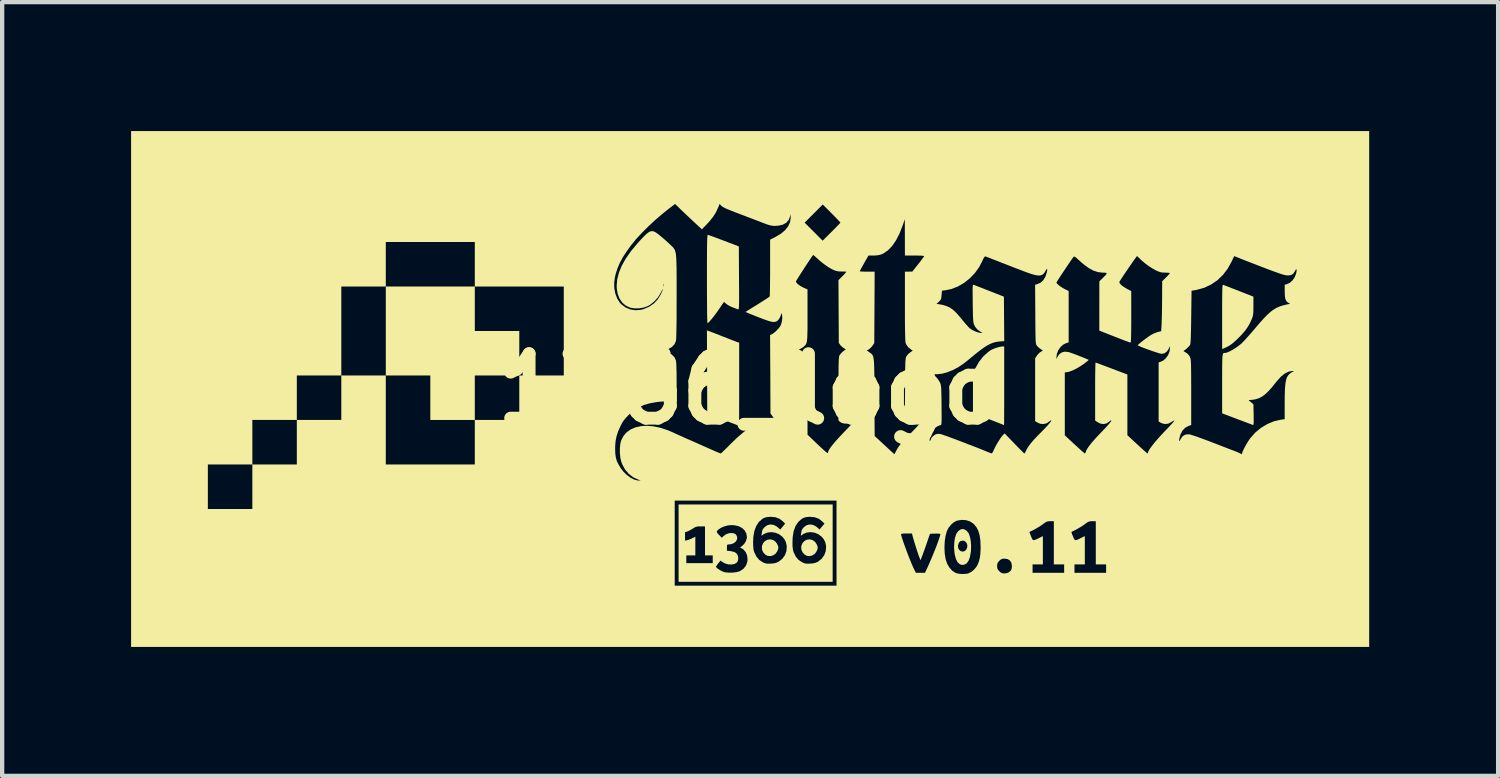
<source format=kicad_pcb>
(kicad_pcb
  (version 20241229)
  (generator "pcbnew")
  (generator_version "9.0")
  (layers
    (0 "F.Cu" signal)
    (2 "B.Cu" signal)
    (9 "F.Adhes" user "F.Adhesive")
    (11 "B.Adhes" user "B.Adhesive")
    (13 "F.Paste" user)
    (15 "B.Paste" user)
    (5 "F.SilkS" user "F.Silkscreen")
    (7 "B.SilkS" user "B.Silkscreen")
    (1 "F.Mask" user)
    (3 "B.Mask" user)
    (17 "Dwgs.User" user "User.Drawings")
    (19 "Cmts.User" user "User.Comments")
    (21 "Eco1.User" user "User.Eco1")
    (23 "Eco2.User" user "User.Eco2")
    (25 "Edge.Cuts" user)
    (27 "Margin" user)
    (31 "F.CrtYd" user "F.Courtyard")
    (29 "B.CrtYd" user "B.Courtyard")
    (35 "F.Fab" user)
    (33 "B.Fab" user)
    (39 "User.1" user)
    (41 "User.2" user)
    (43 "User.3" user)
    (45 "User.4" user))
  (footprint "1366_logo"
    (layer "F.Cu")
    (at 14.403 6.001)
    (property "Reference" "1366_logo" (at 0 0 0) (layer "F.SilkS") (effects (font (size 1.5 1.5) (thickness 0.3))))
    (attr board_only exclude_from_pos_files exclude_from_bom)
    (fp_poly (pts (xy 0.536 3.514) (xy 0.591 3.552) (xy 0.629 3.607) (xy 0.651 3.656) (xy 0.658 3.692) (xy 0.65 3.73) (xy 0.631 3.776) (xy 0.591 3.832) (xy 0.536 3.87) (xy 0.473 3.887) (xy 0.408 3.882) (xy 0.354 3.854) (xy 0.302 3.797) (xy 0.275 3.73) (xy 0.274 3.658) (xy 0.299 3.59) (xy 0.348 3.536) (xy 0.408 3.505) (xy 0.473 3.498)) (stroke (width 0) (type solid)) (fill yes) (layer "F.SilkS"))
    (fp_poly (pts (xy 1.451 3.514) (xy 1.507 3.552) (xy 1.545 3.607) (xy 1.566 3.656) (xy 1.573 3.692) (xy 1.565 3.73) (xy 1.546 3.776) (xy 1.507 3.832) (xy 1.451 3.87) (xy 1.388 3.887) (xy 1.324 3.882) (xy 1.269 3.854) (xy 1.218 3.797) (xy 1.19 3.73) (xy 1.189 3.658) (xy 1.215 3.59) (xy 1.263 3.536) (xy 1.323 3.505) (xy 1.388 3.498)) (stroke (width 0) (type solid)) (fill yes) (layer "F.SilkS"))
    (fp_poly (pts (xy -6.406 -1.868) (xy -6.406 -1.35) (xy -5.889 -1.35) (xy -5.371 -1.35) (xy -5.371 -0.833) (xy -5.371 -0.315) (xy -5.889 -0.315) (xy -6.406 -0.315) (xy -6.406 0.203) (xy -6.406 0.72) (xy -6.924 0.72) (xy -7.441 0.72) (xy -7.441 0.203) (xy -7.441 -0.315) (xy -7.959 -0.315) (xy -8.477 -0.315) (xy -8.477 -1.35) (xy -8.477 -2.385) (xy -7.441 -2.385) (xy -6.406 -2.385)) (stroke (width 0) (type solid)) (fill yes) (layer "F.SilkS"))
    (fp_poly (pts (xy -0.949 -1.344) (xy -0.918 -1.332) (xy -0.864 -1.312) (xy -0.793 -1.284) (xy -0.71 -1.252) (xy -0.62 -1.216) (xy -0.608 -1.212) (xy -0.519 -1.177) (xy -0.438 -1.145) (xy -0.37 -1.119) (xy -0.32 -1.1) (xy -0.291 -1.09) (xy -0.289 -1.089) (xy -0.255 -1.078) (xy -0.255 -0.112) (xy -0.255 0.056) (xy -0.255 0.214) (xy -0.256 0.36) (xy -0.256 0.492) (xy -0.256 0.608) (xy -0.257 0.704) (xy -0.257 0.779) (xy -0.258 0.829) (xy -0.259 0.853) (xy -0.259 0.855) (xy -0.273 0.849) (xy -0.312 0.835) (xy -0.371 0.812) (xy -0.448 0.783) (xy -0.537 0.749) (xy -0.63 0.714) (xy -0.998 0.574) (xy -1.002 -0.395) (xy -1.005 -1.364)) (stroke (width 0) (type solid)) (fill yes) (layer "F.SilkS"))
    (fp_poly (pts (xy 5.911 -0.075) (xy 5.911 0.088) (xy 5.911 0.241) (xy 5.911 0.382) (xy 5.91 0.51) (xy 5.91 0.62) (xy 5.909 0.71) (xy 5.909 0.779) (xy 5.908 0.823) (xy 5.907 0.839) (xy 5.907 0.839) (xy 5.893 0.834) (xy 5.856 0.819) (xy 5.804 0.798) (xy 5.754 0.778) (xy 5.681 0.75) (xy 5.592 0.715) (xy 5.496 0.677) (xy 5.404 0.642) (xy 5.394 0.638) (xy 5.184 0.558) (xy 5.184 0.095) (xy 5.184 -0.368) (xy 5.238 -0.48) (xy 5.325 -0.633) (xy 5.429 -0.764) (xy 5.549 -0.87) (xy 5.598 -0.904) (xy 5.645 -0.927) (xy 5.706 -0.951) (xy 5.772 -0.972) (xy 5.831 -0.986) (xy 5.866 -0.99) (xy 5.911 -0.99)) (stroke (width 0) (type solid)) (fill yes) (layer "F.SilkS"))
    (fp_poly (pts (xy 11.008 -2.423) (xy 11.032 -2.414) (xy 11.077 -2.396) (xy 11.138 -2.373) (xy 11.208 -2.345) (xy 11.222 -2.34) (xy 11.31 -2.306) (xy 11.406 -2.268) (xy 11.496 -2.233) (xy 11.56 -2.208) (xy 11.71 -2.149) (xy 11.709 -1.933) (xy 11.709 -1.846) (xy 11.707 -1.782) (xy 11.702 -1.734) (xy 11.695 -1.695) (xy 11.683 -1.658) (xy 11.67 -1.624) (xy 11.624 -1.524) (xy 11.573 -1.437) (xy 11.512 -1.352) (xy 11.434 -1.263) (xy 11.38 -1.206) (xy 11.296 -1.125) (xy 11.225 -1.063) (xy 11.159 -1.015) (xy 11.092 -0.978) (xy 11.038 -0.953) (xy 10.982 -0.93) (xy 10.982 -1.682) (xy 10.982 -1.851) (xy 10.982 -1.993) (xy 10.983 -2.11) (xy 10.984 -2.204) (xy 10.985 -2.278) (xy 10.986 -2.333) (xy 10.989 -2.373) (xy 10.991 -2.4) (xy 10.995 -2.415) (xy 11 -2.423) (xy 11.005 -2.424)) (stroke (width 0) (type solid)) (fill yes) (layer "F.SilkS"))
    (fp_poly (pts (xy 4.993 3.269) (xy 5.042 3.303) (xy 5.082 3.353) (xy 5.086 3.361) (xy 5.115 3.439) (xy 5.133 3.537) (xy 5.141 3.646) (xy 5.138 3.76) (xy 5.134 3.795) (xy 5.114 3.908) (xy 5.083 3.993) (xy 5.043 4.051) (xy 5.012 4.073) (xy 4.958 4.093) (xy 4.91 4.089) (xy 4.872 4.072) (xy 4.826 4.03) (xy 4.79 3.96) (xy 4.763 3.863) (xy 4.753 3.795) (xy 4.745 3.682) (xy 4.747 3.641) (xy 4.836 3.641) (xy 4.839 3.698) (xy 4.863 3.743) (xy 4.899 3.772) (xy 4.944 3.783) (xy 4.989 3.772) (xy 5.025 3.741) (xy 5.05 3.69) (xy 5.054 3.635) (xy 5.038 3.585) (xy 5.006 3.547) (xy 4.96 3.527) (xy 4.945 3.526) (xy 4.892 3.538) (xy 4.856 3.576) (xy 4.836 3.638) (xy 4.836 3.641) (xy 4.747 3.641) (xy 4.75 3.57) (xy 4.765 3.468) (xy 4.791 3.383) (xy 4.801 3.361) (xy 4.838 3.31) (xy 4.886 3.273) (xy 4.936 3.256) (xy 4.943 3.256)) (stroke (width 0) (type solid)) (fill yes) (layer "F.SilkS"))
    (fp_poly (pts (xy -0.966 -3.581) (xy -0.923 -3.566) (xy -0.86 -3.544) (xy -0.781 -3.515) (xy -0.691 -3.481) (xy -0.614 -3.452) (xy -0.263 -3.318) (xy -0.259 -2.58) (xy -0.258 -2.412) (xy -0.257 -2.272) (xy -0.257 -2.157) (xy -0.257 -2.064) (xy -0.258 -1.992) (xy -0.26 -1.938) (xy -0.262 -1.9) (xy -0.264 -1.874) (xy -0.268 -1.859) (xy -0.273 -1.852) (xy -0.278 -1.852) (xy -0.281 -1.853) (xy -0.308 -1.863) (xy -0.353 -1.88) (xy -0.407 -1.9) (xy -0.409 -1.901) (xy -0.468 -1.927) (xy -0.522 -1.957) (xy -0.557 -1.982) (xy -0.587 -2.009) (xy -0.605 -2.024) (xy -0.608 -2.025) (xy -0.617 -2.014) (xy -0.64 -1.982) (xy -0.672 -1.935) (xy -0.71 -1.879) (xy -0.76 -1.807) (xy -0.812 -1.735) (xy -0.864 -1.668) (xy -0.911 -1.61) (xy -0.951 -1.565) (xy -0.979 -1.537) (xy -0.991 -1.53) (xy -0.994 -1.545) (xy -0.996 -1.588) (xy -0.999 -1.658) (xy -1.001 -1.753) (xy -1.002 -1.872) (xy -1.003 -2.012) (xy -1.004 -2.173) (xy -1.005 -2.353) (xy -1.005 -2.55) (xy -1.005 -2.558) (xy -1.005 -2.763) (xy -1.005 -2.941) (xy -1.004 -3.092) (xy -1.004 -3.219) (xy -1.002 -3.323) (xy -1.001 -3.407) (xy -0.999 -3.472) (xy -0.997 -3.521) (xy -0.994 -3.554) (xy -0.991 -3.575) (xy -0.987 -3.584) (xy -0.985 -3.586)) (stroke (width 0) (type solid)) (fill yes) (layer "F.SilkS"))
    (fp_poly (pts (xy 1.92 3.586) (xy 1.92 4.486) (xy 0.128 4.486) (xy -1.665 4.486) (xy -1.665 4.137) (xy -0.795 4.137) (xy -0.783 4.155) (xy -0.751 4.182) (xy -0.707 4.211) (xy -0.659 4.238) (xy -0.62 4.255) (xy -0.56 4.268) (xy -0.484 4.273) (xy -0.401 4.271) (xy -0.321 4.261) (xy -0.255 4.245) (xy -0.233 4.235) (xy -0.151 4.178) (xy -0.095 4.105) (xy -0.065 4.019) (xy -0.06 3.959) (xy -0.071 3.87) (xy -0.104 3.793) (xy -0.154 3.735) (xy -0.18 3.717) (xy -0.236 3.685) (xy -0.189 3.654) (xy -0.139 3.605) (xy -0.113 3.563) (xy 0.069 3.563) (xy 0.071 3.648) (xy 0.076 3.712) (xy 0.086 3.763) (xy 0.1 3.805) (xy 0.149 3.902) (xy 0.211 3.975) (xy 0.289 4.028) (xy 0.29 4.029) (xy 0.335 4.049) (xy 0.375 4.061) (xy 0.421 4.064) (xy 0.482 4.062) (xy 0.553 4.056) (xy 0.606 4.043) (xy 0.655 4.022) (xy 0.666 4.015) (xy 0.749 3.95) (xy 0.809 3.867) (xy 0.844 3.772) (xy 0.852 3.668) (xy 0.851 3.651) (xy 0.832 3.564) (xy 0.832 3.563) (xy 0.985 3.563) (xy 0.986 3.648) (xy 0.992 3.712) (xy 1.001 3.763) (xy 1.016 3.805) (xy 1.064 3.902) (xy 1.126 3.975) (xy 1.204 4.028) (xy 1.205 4.029) (xy 1.25 4.049) (xy 1.29 4.061) (xy 1.336 4.064) (xy 1.397 4.062) (xy 1.468 4.056) (xy 1.522 4.043) (xy 1.57 4.022) (xy 1.581 4.015) (xy 1.664 3.95) (xy 1.724 3.867) (xy 1.759 3.772) (xy 1.767 3.668) (xy 1.766 3.651) (xy 1.748 3.564) (xy 1.71 3.49) (xy 1.662 3.435) (xy 1.587 3.378) (xy 1.501 3.343) (xy 1.409 3.33) (xy 1.32 3.339) (xy 1.238 3.372) (xy 1.198 3.401) (xy 1.184 3.411) (xy 1.179 3.404) (xy 1.183 3.374) (xy 1.186 3.358) (xy 1.194 3.316) (xy 1.199 3.287) (xy 1.2 3.282) (xy 1.209 3.266) (xy 1.232 3.236) (xy 1.246 3.219) (xy 1.305 3.173) (xy 1.374 3.152) (xy 1.447 3.157) (xy 1.519 3.188) (xy 1.559 3.218) (xy 1.615 3.269) (xy 1.672 3.201) (xy 1.729 3.133) (xy 1.68 3.083) (xy 1.6 3.02) (xy 1.506 2.984) (xy 1.397 2.973) (xy 1.37 2.974) (xy 1.301 2.981) (xy 1.251 2.995) (xy 1.206 3.017) (xy 1.201 3.021) (xy 1.119 3.093) (xy 1.056 3.188) (xy 1.013 3.306) (xy 0.99 3.446) (xy 0.985 3.563) (xy 0.832 3.563) (xy 0.795 3.49) (xy 0.747 3.435) (xy 0.672 3.378) (xy 0.585 3.343) (xy 0.494 3.33) (xy 0.405 3.339) (xy 0.323 3.372) (xy 0.283 3.401) (xy 0.269 3.411) (xy 0.264 3.404) (xy 0.268 3.374) (xy 0.271 3.358) (xy 0.279 3.316) (xy 0.284 3.287) (xy 0.284 3.282) (xy 0.294 3.266) (xy 0.317 3.236) (xy 0.331 3.219) (xy 0.39 3.173) (xy 0.459 3.152) (xy 0.532 3.157) (xy 0.604 3.188) (xy 0.643 3.218) (xy 0.7 3.269) (xy 0.757 3.201) (xy 0.814 3.133) (xy 0.765 3.083) (xy 0.685 3.02) (xy 0.591 2.984) (xy 0.482 2.973) (xy 0.455 2.974) (xy 0.386 2.981) (xy 0.335 2.995) (xy 0.291 3.017) (xy 0.285 3.021) (xy 0.203 3.093) (xy 0.141 3.188) (xy 0.098 3.306) (xy 0.074 3.446) (xy 0.069 3.563) (xy -0.113 3.563) (xy -0.099 3.541) (xy -0.077 3.472) (xy -0.075 3.446) (xy -0.088 3.362) (xy -0.127 3.29) (xy -0.189 3.232) (xy -0.27 3.191) (xy -0.37 3.169) (xy -0.432 3.166) (xy -0.514 3.173) (xy -0.598 3.195) (xy -0.674 3.227) (xy -0.735 3.266) (xy -0.771 3.304) (xy -0.776 3.323) (xy -0.767 3.345) (xy -0.74 3.378) (xy -0.723 3.396) (xy -0.658 3.461) (xy -0.617 3.42) (xy -0.563 3.381) (xy -0.501 3.358) (xy -0.436 3.349) (xy -0.378 3.358) (xy -0.333 3.383) (xy -0.323 3.395) (xy -0.301 3.448) (xy -0.305 3.5) (xy -0.332 3.547) (xy -0.379 3.586) (xy -0.44 3.61) (xy -0.496 3.616) (xy -0.522 3.618) (xy -0.535 3.628) (xy -0.54 3.655) (xy -0.54 3.689) (xy -0.54 3.762) (xy -0.466 3.77) (xy -0.411 3.78) (xy -0.362 3.796) (xy -0.347 3.802) (xy -0.305 3.839) (xy -0.281 3.892) (xy -0.275 3.951) (xy -0.289 4.007) (xy -0.316 4.044) (xy -0.366 4.071) (xy -0.433 4.083) (xy -0.506 4.08) (xy -0.578 4.061) (xy -0.639 4.028) (xy -0.639 4.028) (xy -0.688 3.991) (xy -0.742 4.056) (xy -0.771 4.095) (xy -0.79 4.125) (xy -0.795 4.137) (xy -1.665 4.137) (xy -1.665 3.586) (xy -1.665 3.528) (xy -1.515 3.528) (xy -1.467 3.518) (xy -1.424 3.505) (xy -1.371 3.484) (xy -1.347 3.472) (xy -1.275 3.437) (xy -1.275 3.654) (xy -1.275 3.871) (xy -1.38 3.871) (xy -1.485 3.871) (xy -1.485 3.961) (xy -1.485 4.051) (xy -1.178 4.051) (xy -0.87 4.051) (xy -0.87 3.961) (xy -0.87 3.871) (xy -0.96 3.871) (xy -1.05 3.871) (xy -1.05 3.533) (xy -1.05 3.196) (xy -1.154 3.196) (xy -1.213 3.197) (xy -1.255 3.205) (xy -1.294 3.222) (xy -1.333 3.247) (xy -1.385 3.278) (xy -1.435 3.304) (xy -1.462 3.316) (xy -1.515 3.333) (xy -1.515 3.431) (xy -1.515 3.528) (xy -1.665 3.528) (xy -1.665 2.686) (xy 0.128 2.686) (xy 1.92 2.686)) (stroke (width 0) (type solid)) (fill yes) (layer "F.SilkS"))
    (fp_poly (pts (xy 14.403 0) (xy 14.403 6.001) (xy 0 6.001) (xy -14.403 6.001) (xy -14.403 2.791) (xy -12.617 2.791) (xy -12.1 2.791) (xy -11.582 2.791) (xy -11.582 2.596) (xy -1.755 2.596) (xy -1.755 3.586) (xy -1.755 4.576) (xy 0.128 4.576) (xy 2.01 4.576) (xy 2.01 3.586) (xy 2.01 3.376) (xy 3.511 3.376) (xy 3.516 3.406) (xy 3.531 3.459) (xy 3.555 3.53) (xy 3.584 3.615) (xy 3.618 3.709) (xy 3.655 3.808) (xy 3.693 3.907) (xy 3.731 4.001) (xy 3.766 4.086) (xy 3.797 4.157) (xy 3.818 4.2) (xy 3.856 4.276) (xy 3.962 4.276) (xy 4.068 4.276) (xy 4.136 4.13) (xy 4.177 4.038) (xy 4.22 3.937) (xy 4.263 3.834) (xy 4.305 3.73) (xy 4.321 3.689) (xy 4.521 3.689) (xy 4.527 3.826) (xy 4.547 3.952) (xy 4.549 3.961) (xy 4.585 4.066) (xy 4.638 4.156) (xy 4.703 4.228) (xy 4.777 4.277) (xy 4.795 4.284) (xy 4.865 4.299) (xy 4.948 4.304) (xy 5.031 4.299) (xy 5.076 4.29) (xy 5.139 4.26) (xy 5.203 4.209) (xy 5.258 4.145) (xy 5.275 4.118) (xy 5.746 4.118) (xy 5.75 4.167) (xy 5.765 4.203) (xy 5.797 4.24) (xy 5.836 4.273) (xy 5.872 4.288) (xy 5.914 4.291) (xy 5.967 4.285) (xy 6.011 4.269) (xy 6.017 4.265) (xy 6.06 4.23) (xy 6.082 4.191) (xy 6.09 4.139) (xy 6.09 4.118) (xy 6.079 4.044) (xy 6.045 3.99) (xy 5.99 3.957) (xy 5.914 3.946) (xy 5.914 3.946) (xy 5.867 3.95) (xy 5.831 3.967) (xy 5.797 3.997) (xy 5.764 4.035) (xy 5.75 4.07) (xy 5.746 4.118) (xy 5.275 4.118) (xy 5.288 4.097) (xy 5.32 4.019) (xy 5.343 3.935) (xy 5.356 3.838) (xy 5.362 3.721) (xy 5.362 3.676) (xy 5.357 3.527) (xy 5.339 3.402) (xy 5.316 3.325) (xy 6.499 3.325) (xy 6.502 3.339) (xy 6.514 3.373) (xy 6.533 3.421) (xy 6.535 3.427) (xy 6.555 3.475) (xy 6.572 3.505) (xy 6.592 3.516) (xy 6.623 3.512) (xy 6.669 3.493) (xy 6.725 3.465) (xy 6.811 3.423) (xy 6.811 3.752) (xy 6.811 4.081) (xy 6.691 4.081) (xy 6.571 4.081) (xy 6.571 4.178) (xy 6.571 4.276) (xy 6.939 4.276) (xy 7.306 4.276) (xy 7.306 4.178) (xy 7.306 4.081) (xy 7.186 4.081) (xy 7.066 4.081) (xy 7.066 3.578) (xy 7.066 3.325) (xy 7.475 3.325) (xy 7.478 3.339) (xy 7.489 3.373) (xy 7.508 3.421) (xy 7.51 3.427) (xy 7.53 3.475) (xy 7.547 3.505) (xy 7.568 3.516) (xy 7.598 3.512) (xy 7.644 3.493) (xy 7.7 3.465) (xy 7.787 3.423) (xy 7.787 3.752) (xy 7.787 4.081) (xy 7.667 4.081) (xy 7.546 4.081) (xy 7.546 4.178) (xy 7.546 4.276) (xy 7.914 4.276) (xy 8.282 4.276) (xy 8.282 4.178) (xy 8.282 4.081) (xy 8.162 4.081) (xy 8.042 4.081) (xy 8.042 3.578) (xy 8.042 3.076) (xy 7.96 3.076) (xy 7.916 3.077) (xy 7.881 3.085) (xy 7.845 3.103) (xy 7.799 3.135) (xy 7.784 3.147) (xy 7.716 3.194) (xy 7.633 3.244) (xy 7.546 3.291) (xy 7.475 3.325) (xy 7.066 3.325) (xy 7.066 3.076) (xy 6.985 3.076) (xy 6.94 3.077) (xy 6.905 3.085) (xy 6.87 3.103) (xy 6.824 3.135) (xy 6.808 3.147) (xy 6.741 3.194) (xy 6.657 3.244) (xy 6.571 3.291) (xy 6.499 3.325) (xy 5.316 3.325) (xy 5.309 3.299) (xy 5.264 3.213) (xy 5.204 3.142) (xy 5.193 3.132) (xy 5.115 3.08) (xy 5.021 3.051) (xy 4.918 3.045) (xy 4.812 3.063) (xy 4.81 3.064) (xy 4.742 3.098) (xy 4.676 3.154) (xy 4.619 3.225) (xy 4.578 3.304) (xy 4.577 3.307) (xy 4.546 3.42) (xy 4.527 3.55) (xy 4.521 3.689) (xy 4.321 3.689) (xy 4.343 3.632) (xy 4.375 3.543) (xy 4.401 3.468) (xy 4.419 3.411) (xy 4.426 3.376) (xy 4.426 3.374) (xy 4.412 3.367) (xy 4.374 3.364) (xy 4.317 3.363) (xy 4.305 3.364) (xy 4.184 3.368) (xy 4.112 3.578) (xy 4.083 3.663) (xy 4.053 3.746) (xy 4.027 3.82) (xy 4.006 3.876) (xy 4.002 3.886) (xy 3.965 3.983) (xy 3.94 3.924) (xy 3.925 3.886) (xy 3.905 3.826) (xy 3.88 3.751) (xy 3.854 3.669) (xy 3.828 3.586) (xy 3.805 3.509) (xy 3.787 3.446) (xy 3.781 3.424) (xy 3.765 3.361) (xy 3.638 3.361) (xy 3.572 3.362) (xy 3.529 3.367) (xy 3.511 3.375) (xy 3.511 3.376) (xy 2.01 3.376) (xy 2.01 2.596) (xy 0.128 2.596) (xy -1.755 2.596) (xy -11.582 2.596) (xy -11.582 2.273) (xy -11.582 1.755) (xy -11.065 1.755) (xy -10.547 1.755) (xy -10.547 1.238) (xy -10.547 0.72) (xy -10.029 0.72) (xy -9.512 0.72) (xy -9.512 0.203) (xy -9.512 -0.315) (xy -8.994 -0.315) (xy -8.477 -0.315) (xy -8.477 0.72) (xy -8.477 1.755) (xy -7.441 1.755) (xy -6.406 1.755) (xy -6.406 1.238) (xy -6.406 0.72) (xy -5.889 0.72) (xy -5.371 0.72) (xy -5.371 0.203) (xy -5.371 -0.315) (xy -4.853 -0.315) (xy -4.336 -0.315) (xy -4.336 -1.35) (xy -4.336 -2.385) (xy -5.371 -2.385) (xy -6.406 -2.385) (xy -6.406 -2.479) (xy -3.163 -2.479) (xy -3.161 -2.347) (xy -3.137 -2.221) (xy -3.094 -2.107) (xy -3.033 -2.01) (xy -2.99 -1.965) (xy -2.893 -1.894) (xy -2.783 -1.85) (xy -2.665 -1.832) (xy -2.545 -1.842) (xy -2.475 -1.86) (xy -2.345 -1.917) (xy -2.236 -1.993) (xy -2.146 -2.09) (xy -2.074 -2.211) (xy -2.04 -2.289) (xy -2.03 -2.319) (xy -2.032 -2.325) (xy -2.043 -2.309) (xy -2.063 -2.273) (xy -2.084 -2.232) (xy -2.144 -2.134) (xy -2.226 -2.042) (xy -2.321 -1.965) (xy -2.378 -1.931) (xy -2.47 -1.897) (xy -2.576 -1.878) (xy -2.684 -1.876) (xy -2.782 -1.891) (xy -2.802 -1.897) (xy -2.898 -1.944) (xy -2.978 -2.014) (xy -3.04 -2.106) (xy -3.082 -2.216) (xy -3.103 -2.342) (xy -3.105 -2.398) (xy -3.104 -2.415) (xy -2.022 -2.415) (xy -2.02 -2.388) (xy -2.016 -2.385) (xy -2.015 -2.389) (xy -2.013 -2.427) (xy -2.015 -2.442) (xy -2.019 -2.446) (xy -2.022 -2.426) (xy -2.022 -2.415) (xy -3.104 -2.415) (xy -3.093 -2.551) (xy -3.053 -2.707) (xy -2.987 -2.868) (xy -2.894 -3.034) (xy -2.773 -3.207) (xy -2.623 -3.387) (xy -2.581 -3.434) (xy -2.497 -3.524) (xy -2.43 -3.592) (xy -2.374 -3.639) (xy -2.326 -3.666) (xy -2.282 -3.674) (xy -2.237 -3.665) (xy -2.187 -3.638) (xy -2.13 -3.596) (xy -2.077 -3.552) (xy -2.01 -3.496) (xy -1.943 -3.437) (xy -1.883 -3.382) (xy -1.843 -3.345) (xy -1.818 -3.32) (xy -1.796 -3.298) (xy -1.777 -3.275) (xy -1.761 -3.251) (xy -1.748 -3.223) (xy -1.738 -3.187) (xy -1.729 -3.143) (xy -1.723 -3.088) (xy -1.718 -3.019) (xy -1.715 -2.935) (xy -1.712 -2.832) (xy -1.711 -2.709) (xy -1.71 -2.564) (xy -1.71 -2.393) (xy -1.71 -2.196) (xy -1.71 -2.142) (xy -1.711 -1.921) (xy -1.711 -1.728) (xy -1.712 -1.564) (xy -1.714 -1.427) (xy -1.716 -1.315) (xy -1.719 -1.229) (xy -1.722 -1.167) (xy -1.725 -1.127) (xy -1.728 -1.115) (xy -1.762 -1.038) (xy -1.822 -0.976) (xy -1.906 -0.929) (xy -1.921 -0.924) (xy -2.002 -0.895) (xy -1.912 -0.855) (xy -1.823 -0.802) (xy -1.76 -0.738) (xy -1.726 -0.663) (xy -1.722 -0.633) (xy -1.718 -0.575) (xy -1.715 -0.495) (xy -1.712 -0.395) (xy -1.711 -0.279) (xy -1.71 -0.153) (xy -1.71 0.303) (xy -1.872 0.293) (xy -2.003 0.289) (xy -2.129 0.298) (xy -2.193 0.307) (xy -2.349 0.336) (xy -2.482 0.376) (xy -2.599 0.43) (xy -2.706 0.499) (xy -2.81 0.588) (xy -2.83 0.607) (xy -2.891 0.67) (xy -2.936 0.724) (xy -2.973 0.78) (xy -3.009 0.848) (xy -3.02 0.87) (xy -3.073 0.99) (xy -3.108 1.099) (xy -3.13 1.207) (xy -3.14 1.325) (xy -3.141 1.395) (xy -3.137 1.506) (xy -3.124 1.597) (xy -3.1 1.679) (xy -3.06 1.761) (xy -3.007 1.847) (xy -2.941 1.931) (xy -2.864 2.004) (xy -2.782 2.064) (xy -2.699 2.107) (xy -2.622 2.127) (xy -2.596 2.129) (xy -2.543 2.128) (xy -2.596 2.111) (xy -2.718 2.054) (xy -2.824 1.974) (xy -2.911 1.872) (xy -2.977 1.75) (xy -3.001 1.683) (xy -3.02 1.595) (xy -3.03 1.494) (xy -3.031 1.39) (xy -3.023 1.292) (xy -3.005 1.21) (xy -3 1.196) (xy -2.946 1.091) (xy -2.871 1.005) (xy -2.776 0.938) (xy -2.663 0.891) (xy -2.536 0.863) (xy -2.395 0.856) (xy -2.244 0.869) (xy -2.084 0.903) (xy -1.918 0.958) (xy -1.805 1.006) (xy -1.752 1.031) (xy -1.677 1.065) (xy -1.587 1.105) (xy -1.489 1.149) (xy -1.387 1.194) (xy -1.35 1.21) (xy -1.246 1.256) (xy -1.14 1.303) (xy -1.039 1.348) (xy -0.949 1.388) (xy -0.878 1.419) (xy -0.861 1.427) (xy -0.796 1.455) (xy -0.741 1.478) (xy -0.702 1.494) (xy -0.684 1.5) (xy -0.684 1.5) (xy -0.671 1.49) (xy -0.64 1.462) (xy -0.595 1.418) (xy -0.538 1.363) (xy -0.474 1.299) (xy -0.461 1.285) (xy -0.297 1.127) (xy -0.143 0.996) (xy 0.002 0.891) (xy 0.139 0.81) (xy 0.271 0.753) (xy 0.399 0.72) (xy 0.463 0.711) (xy 0.567 0.701) (xy 0.52 0.634) (xy 0.473 0.568) (xy 0.469 -0.344) (xy 0.464 -1.255) (xy 0.502 -1.272) (xy 0.549 -1.302) (xy 0.603 -1.348) (xy 0.655 -1.402) (xy 0.696 -1.455) (xy 0.708 -1.476) (xy 0.729 -1.533) (xy 0.743 -1.602) (xy 0.748 -1.67) (xy 0.742 -1.725) (xy 0.737 -1.74) (xy 0.726 -1.764) (xy 0.722 -1.76) (xy 0.721 -1.749) (xy 0.711 -1.704) (xy 0.687 -1.654) (xy 0.657 -1.609) (xy 0.626 -1.58) (xy 0.622 -1.578) (xy 0.596 -1.567) (xy 0.569 -1.561) (xy 0.539 -1.56) (xy 0.501 -1.565) (xy 0.453 -1.577) (xy 0.391 -1.597) (xy 0.312 -1.625) (xy 0.213 -1.663) (xy 0.091 -1.711) (xy 0.049 -1.728) (xy -0.013 -1.753) (xy -0.063 -1.773) (xy -0.095 -1.788) (xy -0.105 -1.793) (xy -0.093 -1.802) (xy -0.059 -1.824) (xy -0.006 -1.857) (xy 0.06 -1.899) (xy 0.138 -1.947) (xy 0.169 -1.966) (xy 0.25 -2.017) (xy 0.323 -2.063) (xy 0.384 -2.102) (xy 0.427 -2.131) (xy 0.451 -2.149) (xy 0.454 -2.151) (xy 0.456 -2.169) (xy 0.458 -2.214) (xy 0.46 -2.283) (xy 0.462 -2.372) (xy 0.463 -2.479) (xy 0.463 -2.5) (xy 1.065 -2.5) (xy 1.078 -2.472) (xy 1.113 -2.438) (xy 1.163 -2.401) (xy 1.223 -2.367) (xy 1.249 -2.355) (xy 1.335 -2.318) (xy 1.335 -1.721) (xy 1.335 -1.564) (xy 1.335 -1.433) (xy 1.333 -1.327) (xy 1.331 -1.242) (xy 1.328 -1.175) (xy 1.322 -1.124) (xy 1.315 -1.085) (xy 1.306 -1.056) (xy 1.293 -1.033) (xy 1.278 -1.014) (xy 1.259 -0.996) (xy 1.254 -0.991) (xy 1.214 -0.96) (xy 1.175 -0.938) (xy 1.174 -0.937) (xy 1.134 -0.921) (xy 1.201 -0.884) (xy 1.263 -0.838) (xy 1.302 -0.781) (xy 1.335 -0.714) (xy 1.335 0.174) (xy 1.335 1.063) (xy 1.563 1.281) (xy 1.631 1.345) (xy 1.692 1.401) (xy 1.743 1.446) (xy 1.78 1.477) (xy 1.801 1.491) (xy 1.803 1.491) (xy 1.815 1.471) (xy 1.815 1.464) (xy 1.826 1.43) (xy 1.858 1.378) (xy 1.909 1.31) (xy 1.977 1.227) (xy 2.062 1.133) (xy 2.16 1.028) (xy 2.184 1.004) (xy 2.253 0.932) (xy 2.315 0.867) (xy 2.367 0.811) (xy 2.405 0.769) (xy 2.427 0.742) (xy 2.43 0.736) (xy 2.422 0.721) (xy 2.401 0.729) (xy 2.378 0.75) (xy 2.328 0.785) (xy 2.264 0.804) (xy 2.194 0.805) (xy 2.131 0.789) (xy 2.091 0.764) (xy 2.055 0.73) (xy 2.055 -0.003) (xy 2.056 -0.176) (xy 2.056 -0.32) (xy 2.057 -0.44) (xy 2.058 -0.537) (xy 2.06 -0.613) (xy 2.062 -0.672) (xy 2.065 -0.716) (xy 2.069 -0.747) (xy 2.073 -0.768) (xy 2.077 -0.779) (xy 2.101 -0.813) (xy 2.136 -0.852) (xy 2.175 -0.886) (xy 2.208 -0.91) (xy 2.225 -0.916) (xy 2.224 -0.922) (xy 2.203 -0.937) (xy 2.188 -0.946) (xy 2.142 -0.978) (xy 2.102 -1.018) (xy 2.098 -1.024) (xy 2.063 -1.073) (xy 2.059 -1.802) (xy 2.055 -2.532) (xy 2.145 -2.623) (xy 2.186 -2.665) (xy 2.217 -2.7) (xy 2.234 -2.722) (xy 2.235 -2.726) (xy 2.222 -2.731) (xy 2.187 -2.734) (xy 2.146 -2.733) (xy 2.051 -2.737) (xy 2.038 -2.74) (xy 2.551 -2.74) (xy 2.565 -2.736) (xy 2.603 -2.733) (xy 2.659 -2.731) (xy 2.724 -2.731) (xy 2.897 -2.731) (xy 2.893 -1.901) (xy 2.888 -1.07) (xy 2.847 -1.008) (xy 2.812 -0.966) (xy 2.774 -0.931) (xy 2.76 -0.922) (xy 2.714 -0.898) (xy 2.774 -0.855) (xy 2.797 -0.838) (xy 2.816 -0.824) (xy 2.833 -0.809) (xy 2.847 -0.791) (xy 2.858 -0.767) (xy 2.867 -0.736) (xy 2.874 -0.695) (xy 2.88 -0.642) (xy 2.884 -0.574) (xy 2.887 -0.49) (xy 2.889 -0.386) (xy 2.89 -0.26) (xy 2.891 -0.111) (xy 2.892 0.065) (xy 2.892 0.19) (xy 2.897 1.093) (xy 3.125 1.304) (xy 3.193 1.367) (xy 3.253 1.423) (xy 3.302 1.468) (xy 3.337 1.5) (xy 3.354 1.514) (xy 3.355 1.515) (xy 3.363 1.503) (xy 3.38 1.472) (xy 3.399 1.437) (xy 3.423 1.392) (xy 3.449 1.35) (xy 3.48 1.307) (xy 3.519 1.26) (xy 3.569 1.204) (xy 3.581 1.191) (xy 4.175 1.191) (xy 4.179 1.208) (xy 4.185 1.208) (xy 4.2 1.186) (xy 4.201 1.178) (xy 4.213 1.146) (xy 4.243 1.109) (xy 4.282 1.075) (xy 4.323 1.052) (xy 4.327 1.051) (xy 4.368 1.043) (xy 4.415 1.046) (xy 4.457 1.056) (xy 4.493 1.068) (xy 4.552 1.088) (xy 4.631 1.117) (xy 4.724 1.152) (xy 4.829 1.191) (xy 4.94 1.233) (xy 5.054 1.277) (xy 5.166 1.32) (xy 5.272 1.361) (xy 5.367 1.399) (xy 5.448 1.432) (xy 5.461 1.438) (xy 5.522 1.462) (xy 5.574 1.483) (xy 5.609 1.495) (xy 5.62 1.498) (xy 5.633 1.487) (xy 5.653 1.454) (xy 5.671 1.414) (xy 5.699 1.354) (xy 5.737 1.284) (xy 5.781 1.212) (xy 5.824 1.145) (xy 5.863 1.093) (xy 5.886 1.068) (xy 5.922 1.034) (xy 6.147 1.267) (xy 6.214 1.336) (xy 6.273 1.396) (xy 6.323 1.446) (xy 6.359 1.481) (xy 6.379 1.499) (xy 6.381 1.5) (xy 6.392 1.488) (xy 6.409 1.456) (xy 6.42 1.433) (xy 6.457 1.364) (xy 6.513 1.285) (xy 6.588 1.194) (xy 6.686 1.09) (xy 6.751 1.024) (xy 6.847 0.927) (xy 6.921 0.848) (xy 6.971 0.789) (xy 7 0.749) (xy 7.006 0.73) (xy 6.997 0.728) (xy 6.975 0.744) (xy 6.972 0.747) (xy 6.901 0.796) (xy 6.824 0.816) (xy 6.745 0.807) (xy 6.68 0.777) (xy 6.631 0.748) (xy 6.631 0.018) (xy 6.631 -0.713) (xy 6.667 -0.771) (xy 6.702 -0.816) (xy 6.746 -0.856) (xy 6.757 -0.862) (xy 6.811 -0.895) (xy 6.756 -0.931) (xy 6.713 -0.965) (xy 6.676 -1.003) (xy 6.67 -1.01) (xy 6.663 -1.021) (xy 6.657 -1.033) (xy 6.652 -1.05) (xy 6.647 -1.074) (xy 6.644 -1.108) (xy 6.642 -1.155) (xy 6.64 -1.217) (xy 6.638 -1.297) (xy 6.637 -1.398) (xy 6.636 -1.522) (xy 6.635 -1.672) (xy 6.635 -1.74) (xy 6.63 -2.427) (xy 6.672 -2.437) (xy 6.754 -2.472) (xy 6.76 -2.477) (xy 7.126 -2.477) (xy 7.139 -2.455) (xy 7.171 -2.424) (xy 7.216 -2.388) (xy 7.269 -2.353) (xy 7.318 -2.326) (xy 7.411 -2.28) (xy 7.411 -1.682) (xy 7.411 -1.085) (xy 7.351 -1.067) (xy 7.281 -1.031) (xy 7.219 -0.974) (xy 7.169 -0.9) (xy 7.137 -0.819) (xy 7.127 -0.744) (xy 7.128 -0.698) (xy 7.148 -0.743) (xy 7.191 -0.809) (xy 7.25 -0.851) (xy 7.324 -0.869) (xy 7.408 -0.86) (xy 7.428 -0.854) (xy 7.476 -0.837) (xy 7.538 -0.815) (xy 7.607 -0.789) (xy 7.678 -0.761) (xy 7.746 -0.734) (xy 7.805 -0.71) (xy 7.849 -0.691) (xy 7.873 -0.679) (xy 7.876 -0.676) (xy 7.865 -0.664) (xy 7.835 -0.639) (xy 7.791 -0.605) (xy 7.768 -0.587) (xy 7.683 -0.529) (xy 7.594 -0.477) (xy 7.507 -0.435) (xy 7.43 -0.405) (xy 7.382 -0.394) (xy 7.321 -0.386) (xy 7.321 0.345) (xy 7.321 1.077) (xy 7.549 1.289) (xy 7.618 1.352) (xy 7.679 1.408) (xy 7.73 1.453) (xy 7.767 1.485) (xy 7.786 1.5) (xy 7.787 1.5) (xy 7.799 1.488) (xy 7.807 1.466) (xy 7.83 1.411) (xy 7.878 1.338) (xy 7.948 1.248) (xy 8.041 1.142) (xy 8.156 1.02) (xy 8.169 1.006) (xy 8.237 0.936) (xy 8.297 0.871) (xy 8.346 0.816) (xy 8.381 0.773) (xy 8.4 0.747) (xy 8.402 0.741) (xy 8.398 0.727) (xy 8.385 0.732) (xy 8.359 0.755) (xy 8.293 0.8) (xy 8.221 0.816) (xy 8.145 0.804) (xy 8.072 0.765) (xy 8.027 0.733) (xy 8.027 0.059) (xy 8.027 -0.08) (xy 8.027 -0.209) (xy 8.028 -0.326) (xy 8.03 -0.427) (xy 8.031 -0.509) (xy 8.033 -0.57) (xy 8.035 -0.606) (xy 8.037 -0.615) (xy 8.053 -0.61) (xy 8.094 -0.596) (xy 8.155 -0.573) (xy 8.232 -0.544) (xy 8.322 -0.51) (xy 8.412 -0.476) (xy 8.777 -0.338) (xy 8.777 0.369) (xy 8.777 1.075) (xy 9.003 1.284) (xy 9.071 1.347) (xy 9.133 1.403) (xy 9.184 1.449) (xy 9.221 1.481) (xy 9.241 1.497) (xy 9.243 1.498) (xy 9.255 1.491) (xy 9.257 1.481) (xy 9.267 1.447) (xy 9.297 1.395) (xy 9.345 1.329) (xy 9.407 1.249) (xy 9.449 1.2) (xy 9.98 1.2) (xy 9.985 1.212) (xy 9.999 1.197) (xy 10.022 1.156) (xy 10.066 1.095) (xy 10.126 1.061) (xy 10.2 1.053) (xy 10.216 1.055) (xy 10.248 1.062) (xy 10.304 1.08) (xy 10.379 1.104) (xy 10.467 1.136) (xy 10.566 1.172) (xy 10.66 1.207) (xy 10.771 1.25) (xy 10.885 1.294) (xy 10.994 1.336) (xy 11.092 1.374) (xy 11.173 1.405) (xy 11.215 1.421) (xy 11.284 1.447) (xy 11.343 1.472) (xy 11.386 1.49) (xy 11.408 1.502) (xy 11.409 1.502) (xy 11.433 1.515) (xy 11.446 1.504) (xy 11.447 1.496) (xy 11.455 1.465) (xy 11.476 1.416) (xy 11.507 1.354) (xy 11.544 1.287) (xy 11.584 1.221) (xy 11.624 1.161) (xy 11.636 1.145) (xy 11.751 1.015) (xy 11.885 0.904) (xy 12.033 0.815) (xy 12.19 0.75) (xy 12.353 0.713) (xy 12.359 0.713) (xy 12.437 0.702) (xy 12.437 0.314) (xy 12.438 0.158) (xy 12.442 0.029) (xy 12.449 -0.076) (xy 12.459 -0.161) (xy 12.474 -0.228) (xy 12.495 -0.281) (xy 12.521 -0.322) (xy 12.554 -0.356) (xy 12.595 -0.384) (xy 12.655 -0.42) (xy 12.61 -0.419) (xy 12.525 -0.403) (xy 12.439 -0.36) (xy 12.349 -0.287) (xy 12.257 -0.186) (xy 12.232 -0.155) (xy 12.138 -0.037) (xy 12.054 0.056) (xy 11.977 0.128) (xy 11.903 0.181) (xy 11.83 0.217) (xy 11.754 0.24) (xy 11.691 0.25) (xy 11.597 0.259) (xy 11.654 0.308) (xy 11.71 0.357) (xy 11.715 0.6) (xy 11.716 0.693) (xy 11.716 0.76) (xy 11.714 0.803) (xy 11.71 0.828) (xy 11.704 0.837) (xy 11.7 0.837) (xy 11.681 0.83) (xy 11.638 0.813) (xy 11.575 0.79) (xy 11.496 0.76) (xy 11.405 0.726) (xy 11.331 0.698) (xy 10.982 0.566) (xy 10.982 -0.128) (xy 10.982 -0.293) (xy 10.982 -0.43) (xy 10.983 -0.542) (xy 10.984 -0.632) (xy 10.986 -0.701) (xy 10.989 -0.754) (xy 10.994 -0.791) (xy 11 -0.816) (xy 11.008 -0.83) (xy 11.019 -0.838) (xy 11.032 -0.84) (xy 11.047 -0.84) (xy 11.057 -0.84) (xy 11.095 -0.849) (xy 11.15 -0.873) (xy 11.216 -0.907) (xy 11.286 -0.95) (xy 11.353 -0.996) (xy 11.411 -1.042) (xy 11.424 -1.053) (xy 11.464 -1.092) (xy 11.519 -1.15) (xy 11.583 -1.221) (xy 11.654 -1.301) (xy 11.725 -1.384) (xy 11.751 -1.414) (xy 11.857 -1.538) (xy 11.949 -1.642) (xy 12.031 -1.726) (xy 12.105 -1.793) (xy 12.176 -1.846) (xy 12.246 -1.888) (xy 12.319 -1.92) (xy 12.4 -1.946) (xy 12.49 -1.968) (xy 12.527 -1.975) (xy 12.565 -1.983) (xy 12.53 -2.001) (xy 12.492 -2.028) (xy 12.465 -2.064) (xy 12.448 -2.114) (xy 12.44 -2.184) (xy 12.438 -2.268) (xy 12.437 -2.427) (xy 12.479 -2.437) (xy 12.554 -2.47) (xy 12.619 -2.527) (xy 12.671 -2.603) (xy 12.705 -2.693) (xy 12.713 -2.734) (xy 12.715 -2.775) (xy 12.708 -2.788) (xy 12.692 -2.773) (xy 12.673 -2.739) (xy 12.638 -2.685) (xy 12.592 -2.654) (xy 12.53 -2.642) (xy 12.486 -2.644) (xy 12.453 -2.649) (xy 12.407 -2.66) (xy 12.345 -2.679) (xy 12.265 -2.707) (xy 12.164 -2.743) (xy 12.041 -2.789) (xy 11.893 -2.846) (xy 11.882 -2.85) (xy 11.763 -2.896) (xy 11.65 -2.94) (xy 11.548 -2.979) (xy 11.46 -3.014) (xy 11.389 -3.042) (xy 11.34 -3.062) (xy 11.315 -3.072) (xy 11.282 -3.085) (xy 11.262 -3.089) (xy 11.261 -3.089) (xy 11.253 -3.073) (xy 11.235 -3.037) (xy 11.212 -2.987) (xy 11.202 -2.965) (xy 11.111 -2.8) (xy 11 -2.655) (xy 10.872 -2.531) (xy 10.727 -2.432) (xy 10.569 -2.357) (xy 10.399 -2.309) (xy 10.375 -2.304) (xy 10.27 -2.286) (xy 10.262 -1.672) (xy 10.26 -1.503) (xy 10.257 -1.362) (xy 10.254 -1.248) (xy 10.251 -1.16) (xy 10.247 -1.095) (xy 10.242 -1.051) (xy 10.237 -1.028) (xy 10.236 -1.026) (xy 10.212 -0.995) (xy 10.174 -0.957) (xy 10.133 -0.921) (xy 10.099 -0.897) (xy 10.095 -0.894) (xy 10.084 -0.883) (xy 10.089 -0.878) (xy 10.163 -0.833) (xy 10.212 -0.783) (xy 10.233 -0.746) (xy 10.239 -0.73) (xy 10.244 -0.713) (xy 10.249 -0.69) (xy 10.253 -0.661) (xy 10.255 -0.621) (xy 10.258 -0.569) (xy 10.259 -0.501) (xy 10.26 -0.416) (xy 10.261 -0.31) (xy 10.261 -0.18) (xy 10.262 -0.025) (xy 10.262 0.078) (xy 10.262 0.838) (xy 10.208 0.856) (xy 10.127 0.898) (xy 10.062 0.964) (xy 10.014 1.051) (xy 9.985 1.158) (xy 9.985 1.159) (xy 9.98 1.2) (xy 9.449 1.2) (xy 9.483 1.161) (xy 9.569 1.066) (xy 9.637 0.993) (xy 9.705 0.923) (xy 9.765 0.859) (xy 9.815 0.805) (xy 9.85 0.764) (xy 9.869 0.739) (xy 9.872 0.735) (xy 9.861 0.734) (xy 9.833 0.748) (xy 9.804 0.767) (xy 9.729 0.806) (xy 9.651 0.815) (xy 9.576 0.796) (xy 9.555 0.786) (xy 9.504 0.756) (xy 9.504 0.068) (xy 9.504 -0.62) (xy 9.547 -0.632) (xy 9.614 -0.664) (xy 9.675 -0.719) (xy 9.724 -0.789) (xy 9.756 -0.867) (xy 9.766 -0.938) (xy 9.766 -0.998) (xy 9.738 -0.935) (xy 9.695 -0.871) (xy 9.639 -0.831) (xy 9.573 -0.819) (xy 9.546 -0.824) (xy 9.499 -0.837) (xy 9.437 -0.857) (xy 9.364 -0.881) (xy 9.288 -0.908) (xy 9.212 -0.936) (xy 9.142 -0.962) (xy 9.083 -0.986) (xy 9.04 -1.005) (xy 9.019 -1.017) (xy 9.018 -1.019) (xy 9.03 -1.033) (xy 9.061 -1.061) (xy 9.106 -1.097) (xy 9.159 -1.139) (xy 9.215 -1.18) (xy 9.268 -1.219) (xy 9.313 -1.249) (xy 9.33 -1.259) (xy 9.389 -1.29) (xy 9.453 -1.316) (xy 9.488 -1.327) (xy 9.564 -1.346) (xy 9.574 -1.524) (xy 9.576 -1.59) (xy 9.579 -1.679) (xy 9.581 -1.785) (xy 9.583 -1.901) (xy 9.584 -2.021) (xy 9.585 -2.105) (xy 9.587 -2.508) (xy 9.677 -2.597) (xy 9.718 -2.638) (xy 9.749 -2.673) (xy 9.766 -2.694) (xy 9.767 -2.697) (xy 9.753 -2.702) (xy 9.717 -2.706) (xy 9.665 -2.708) (xy 9.658 -2.708) (xy 9.597 -2.71) (xy 9.547 -2.718) (xy 9.497 -2.735) (xy 9.437 -2.762) (xy 9.358 -2.806) (xy 9.269 -2.864) (xy 9.18 -2.931) (xy 9.101 -2.999) (xy 9.055 -3.044) (xy 9.026 -3.073) (xy 9.004 -3.089) (xy 8.999 -3.091) (xy 8.989 -3.079) (xy 8.965 -3.046) (xy 8.929 -2.997) (xy 8.886 -2.935) (xy 8.837 -2.864) (xy 8.786 -2.789) (xy 8.735 -2.714) (xy 8.687 -2.643) (xy 8.645 -2.579) (xy 8.612 -2.528) (xy 8.592 -2.496) (xy 8.593 -2.47) (xy 8.618 -2.436) (xy 8.662 -2.397) (xy 8.722 -2.357) (xy 8.761 -2.334) (xy 8.867 -2.279) (xy 8.867 -1.68) (xy 8.867 -1.524) (xy 8.866 -1.396) (xy 8.865 -1.293) (xy 8.863 -1.213) (xy 8.861 -1.155) (xy 8.858 -1.114) (xy 8.854 -1.091) (xy 8.849 -1.081) (xy 8.848 -1.08) (xy 8.829 -1.086) (xy 8.787 -1.101) (xy 8.724 -1.124) (xy 8.646 -1.154) (xy 8.556 -1.189) (xy 8.476 -1.22) (xy 8.124 -1.359) (xy 8.124 -1.932) (xy 8.125 -2.505) (xy 8.204 -2.582) (xy 8.256 -2.634) (xy 8.287 -2.67) (xy 8.296 -2.692) (xy 8.283 -2.703) (xy 8.248 -2.707) (xy 8.201 -2.708) (xy 8.097 -2.719) (xy 7.991 -2.753) (xy 7.881 -2.812) (xy 7.765 -2.896) (xy 7.65 -2.997) (xy 7.6 -3.043) (xy 7.567 -3.07) (xy 7.545 -3.081) (xy 7.531 -3.079) (xy 7.525 -3.074) (xy 7.51 -3.055) (xy 7.482 -3.016) (xy 7.445 -2.962) (xy 7.4 -2.896) (xy 7.351 -2.823) (xy 7.301 -2.748) (xy 7.252 -2.675) (xy 7.208 -2.607) (xy 7.17 -2.549) (xy 7.143 -2.506) (xy 7.128 -2.481) (xy 7.126 -2.477) (xy 6.76 -2.477) (xy 6.821 -2.532) (xy 6.871 -2.616) (xy 6.903 -2.716) (xy 6.912 -2.77) (xy 6.911 -2.796) (xy 6.901 -2.794) (xy 6.881 -2.764) (xy 6.873 -2.748) (xy 6.843 -2.699) (xy 6.809 -2.665) (xy 6.766 -2.645) (xy 6.713 -2.64) (xy 6.644 -2.649) (xy 6.558 -2.672) (xy 6.449 -2.709) (xy 6.394 -2.73) (xy 6.306 -2.763) (xy 6.2 -2.804) (xy 6.082 -2.849) (xy 5.962 -2.896) (xy 5.848 -2.94) (xy 5.829 -2.948) (xy 5.734 -2.985) (xy 5.648 -3.018) (xy 5.575 -3.047) (xy 5.519 -3.068) (xy 5.484 -3.082) (xy 5.475 -3.085) (xy 5.459 -3.081) (xy 5.44 -3.057) (xy 5.416 -3.009) (xy 5.408 -2.991) (xy 5.329 -2.837) (xy 5.228 -2.697) (xy 5.11 -2.574) (xy 4.978 -2.469) (xy 4.835 -2.386) (xy 4.685 -2.327) (xy 4.546 -2.298) (xy 4.463 -2.288) (xy 4.454 -2.184) (xy 4.448 -2.127) (xy 4.439 -2.09) (xy 4.422 -2.062) (xy 4.393 -2.032) (xy 4.392 -2.031) (xy 4.337 -1.981) (xy 4.393 -1.973) (xy 4.494 -1.953) (xy 4.58 -1.926) (xy 4.656 -1.889) (xy 4.726 -1.839) (xy 4.798 -1.771) (xy 4.876 -1.682) (xy 4.915 -1.634) (xy 4.969 -1.568) (xy 5.022 -1.506) (xy 5.069 -1.454) (xy 5.103 -1.419) (xy 5.112 -1.411) (xy 5.167 -1.374) (xy 5.234 -1.342) (xy 5.301 -1.317) (xy 5.358 -1.306) (xy 5.368 -1.306) (xy 5.409 -1.306) (xy 5.364 -1.33) (xy 5.289 -1.382) (xy 5.235 -1.449) (xy 5.216 -1.485) (xy 5.207 -1.507) (xy 5.2 -1.53) (xy 5.194 -1.559) (xy 5.19 -1.597) (xy 5.187 -1.648) (xy 5.184 -1.715) (xy 5.182 -1.803) (xy 5.18 -1.915) (xy 5.179 -1.993) (xy 5.178 -2.119) (xy 5.177 -2.219) (xy 5.176 -2.295) (xy 5.177 -2.35) (xy 5.179 -2.387) (xy 5.182 -2.41) (xy 5.187 -2.422) (xy 5.193 -2.426) (xy 5.201 -2.424) (xy 5.222 -2.417) (xy 5.267 -2.399) (xy 5.332 -2.374) (xy 5.411 -2.343) (xy 5.502 -2.307) (xy 5.566 -2.282) (xy 5.904 -2.149) (xy 5.908 -1.631) (xy 5.912 -1.114) (xy 5.81 -1.107) (xy 5.73 -1.097) (xy 5.653 -1.077) (xy 5.573 -1.044) (xy 5.487 -0.996) (xy 5.391 -0.931) (xy 5.282 -0.847) (xy 5.199 -0.779) (xy 5.131 -0.723) (xy 5.064 -0.668) (xy 5.005 -0.621) (xy 4.96 -0.586) (xy 4.954 -0.582) (xy 4.835 -0.503) (xy 4.709 -0.438) (xy 4.583 -0.388) (xy 4.462 -0.356) (xy 4.355 -0.345) (xy 4.311 -0.344) (xy 4.282 -0.34) (xy 4.276 -0.337) (xy 4.286 -0.323) (xy 4.31 -0.295) (xy 4.33 -0.275) (xy 4.371 -0.226) (xy 4.407 -0.169) (xy 4.417 -0.151) (xy 4.426 -0.13) (xy 4.433 -0.108) (xy 4.438 -0.081) (xy 4.443 -0.046) (xy 4.446 0.002) (xy 4.448 0.065) (xy 4.45 0.148) (xy 4.452 0.253) (xy 4.453 0.379) (xy 4.454 0.509) (xy 4.455 0.611) (xy 4.455 0.691) (xy 4.454 0.749) (xy 4.452 0.79) (xy 4.449 0.816) (xy 4.445 0.831) (xy 4.439 0.838) (xy 4.431 0.84) (xy 4.43 0.84) (xy 4.402 0.848) (xy 4.36 0.868) (xy 4.333 0.884) (xy 4.278 0.928) (xy 4.237 0.986) (xy 4.227 1.007) (xy 4.206 1.057) (xy 4.19 1.108) (xy 4.179 1.155) (xy 4.175 1.191) (xy 3.581 1.191) (xy 3.633 1.135) (xy 3.715 1.051) (xy 3.754 1.011) (xy 3.82 0.943) (xy 3.878 0.881) (xy 3.925 0.83) (xy 3.959 0.792) (xy 3.975 0.77) (xy 3.976 0.767) (xy 3.967 0.751) (xy 3.947 0.757) (xy 3.931 0.772) (xy 3.907 0.79) (xy 3.866 0.811) (xy 3.847 0.819) (xy 3.771 0.834) (xy 3.7 0.821) (xy 3.639 0.781) (xy 3.633 0.775) (xy 3.6 0.74) (xy 3.604 0.013) (xy 3.605 -0.153) (xy 3.606 -0.292) (xy 3.607 -0.407) (xy 3.608 -0.5) (xy 3.61 -0.573) (xy 3.612 -0.63) (xy 3.615 -0.672) (xy 3.619 -0.704) (xy 3.623 -0.727) (xy 3.628 -0.744) (xy 3.635 -0.757) (xy 3.639 -0.765) (xy 3.672 -0.808) (xy 3.716 -0.847) (xy 3.727 -0.855) (xy 3.784 -0.892) (xy 3.748 -0.915) (xy 3.677 -0.973) (xy 3.63 -1.04) (xy 3.617 -1.074) (xy 3.613 -1.105) (xy 3.609 -1.167) (xy 3.606 -1.258) (xy 3.604 -1.378) (xy 3.602 -1.528) (xy 3.601 -1.707) (xy 3.601 -1.916) (xy 3.601 -1.932) (xy 3.601 -2.731) (xy 3.687 -2.731) (xy 3.773 -2.732) (xy 3.907 -2.901) (xy 3.956 -2.962) (xy 3.997 -3.017) (xy 4.028 -3.059) (xy 4.045 -3.084) (xy 4.047 -3.088) (xy 4.042 -3.095) (xy 4.018 -3.1) (xy 3.972 -3.103) (xy 3.902 -3.105) (xy 3.827 -3.106) (xy 3.601 -3.106) (xy 3.6 -3.529) (xy 3.599 -3.953) (xy 3.548 -3.803) (xy 3.475 -3.617) (xy 3.394 -3.459) (xy 3.305 -3.329) (xy 3.208 -3.228) (xy 3.103 -3.155) (xy 3.049 -3.131) (xy 2.986 -3.115) (xy 2.905 -3.106) (xy 2.869 -3.105) (xy 2.753 -3.105) (xy 2.652 -2.927) (xy 2.615 -2.862) (xy 2.584 -2.805) (xy 2.562 -2.764) (xy 2.551 -2.742) (xy 2.551 -2.74) (xy 2.038 -2.74) (xy 1.981 -2.753) (xy 1.905 -2.786) (xy 1.816 -2.838) (xy 1.722 -2.904) (xy 1.627 -2.979) (xy 1.578 -3.023) (xy 1.532 -3.065) (xy 1.495 -3.097) (xy 1.471 -3.116) (xy 1.465 -3.119) (xy 1.443 -3.089) (xy 1.41 -3.041) (xy 1.369 -2.979) (xy 1.322 -2.908) (xy 1.272 -2.832) (xy 1.222 -2.754) (xy 1.174 -2.68) (xy 1.132 -2.614) (xy 1.098 -2.559) (xy 1.075 -2.52) (xy 1.065 -2.501) (xy 1.065 -2.5) (xy 0.463 -2.5) (xy 0.464 -2.6) (xy 0.465 -2.732) (xy 0.465 -2.822) (xy 0.465 -3.475) (xy 0.595 -3.541) (xy 0.717 -3.614) (xy 0.815 -3.697) (xy 0.885 -3.787) (xy 0.923 -3.871) (xy 1.268 -3.871) (xy 1.478 -3.661) (xy 1.687 -3.451) (xy 1.894 -3.657) (xy 1.958 -3.721) (xy 2.013 -3.778) (xy 2.058 -3.824) (xy 2.088 -3.856) (xy 2.1 -3.871) (xy 2.1 -3.872) (xy 2.09 -3.885) (xy 2.062 -3.915) (xy 2.019 -3.96) (xy 1.965 -4.016) (xy 1.902 -4.08) (xy 1.895 -4.087) (xy 1.69 -4.293) (xy 1.479 -4.082) (xy 1.268 -3.871) (xy 0.923 -3.871) (xy 0.929 -3.883) (xy 0.943 -3.984) (xy 0.943 -3.991) (xy 0.942 -4.073) (xy 0.928 -4.013) (xy 0.896 -3.932) (xy 0.841 -3.869) (xy 0.763 -3.825) (xy 0.664 -3.801) (xy 0.582 -3.796) (xy 0.535 -3.797) (xy 0.49 -3.803) (xy 0.441 -3.815) (xy 0.38 -3.835) (xy 0.301 -3.864) (xy 0.281 -3.872) (xy 0.204 -3.902) (xy 0.107 -3.939) (xy -0.001 -3.98) (xy -0.113 -4.023) (xy -0.221 -4.064) (xy -0.232 -4.068) (xy -0.352 -4.114) (xy -0.446 -4.151) (xy -0.52 -4.181) (xy -0.575 -4.205) (xy -0.615 -4.225) (xy -0.645 -4.243) (xy -0.666 -4.259) (xy -0.681 -4.274) (xy -0.71 -4.306) (xy -0.744 -4.223) (xy -0.797 -4.109) (xy -0.863 -4.005) (xy -0.947 -3.9) (xy -1 -3.843) (xy -1.123 -3.715) (xy -1.323 -3.902) (xy -1.397 -3.971) (xy -1.473 -4.043) (xy -1.545 -4.111) (xy -1.605 -4.168) (xy -1.634 -4.197) (xy -1.746 -4.305) (xy -1.889 -4.197) (xy -2.052 -4.066) (xy -2.215 -3.926) (xy -2.372 -3.78) (xy -2.518 -3.634) (xy -2.649 -3.493) (xy -2.758 -3.36) (xy -2.769 -3.346) (xy -2.876 -3.198) (xy -2.963 -3.064) (xy -3.031 -2.937) (xy -3.085 -2.811) (xy -3.126 -2.682) (xy -3.144 -2.613) (xy -3.163 -2.479) (xy -6.406 -2.479) (xy -6.406 -2.903) (xy -6.406 -3.421) (xy -7.441 -3.421) (xy -8.477 -3.421) (xy -8.477 -2.903) (xy -8.477 -2.385) (xy -8.994 -2.385) (xy -9.512 -2.385) (xy -9.512 -1.35) (xy -9.512 -0.315) (xy -10.029 -0.315) (xy -10.547 -0.315) (xy -10.547 0.203) (xy -10.547 0.72) (xy -11.065 0.72) (xy -11.582 0.72) (xy -11.582 1.238) (xy -11.582 1.755) (xy -12.1 1.755) (xy -12.617 1.755) (xy -12.617 2.273) (xy -12.617 2.791) (xy -14.403 2.791) (xy -14.403 0) (xy -14.403 -6.001) (xy 0 -6.001) (xy 14.403 -6.001)) (stroke (width 0) (type solid)) (fill yes) (layer "F.SilkS")))
  (gr_rect
    (start -3 -3)
    (end 31.806 15.002)
    (stroke (width 0.1) (type default))
    (fill no)
    (layer "Edge.Cuts")))
</source>
